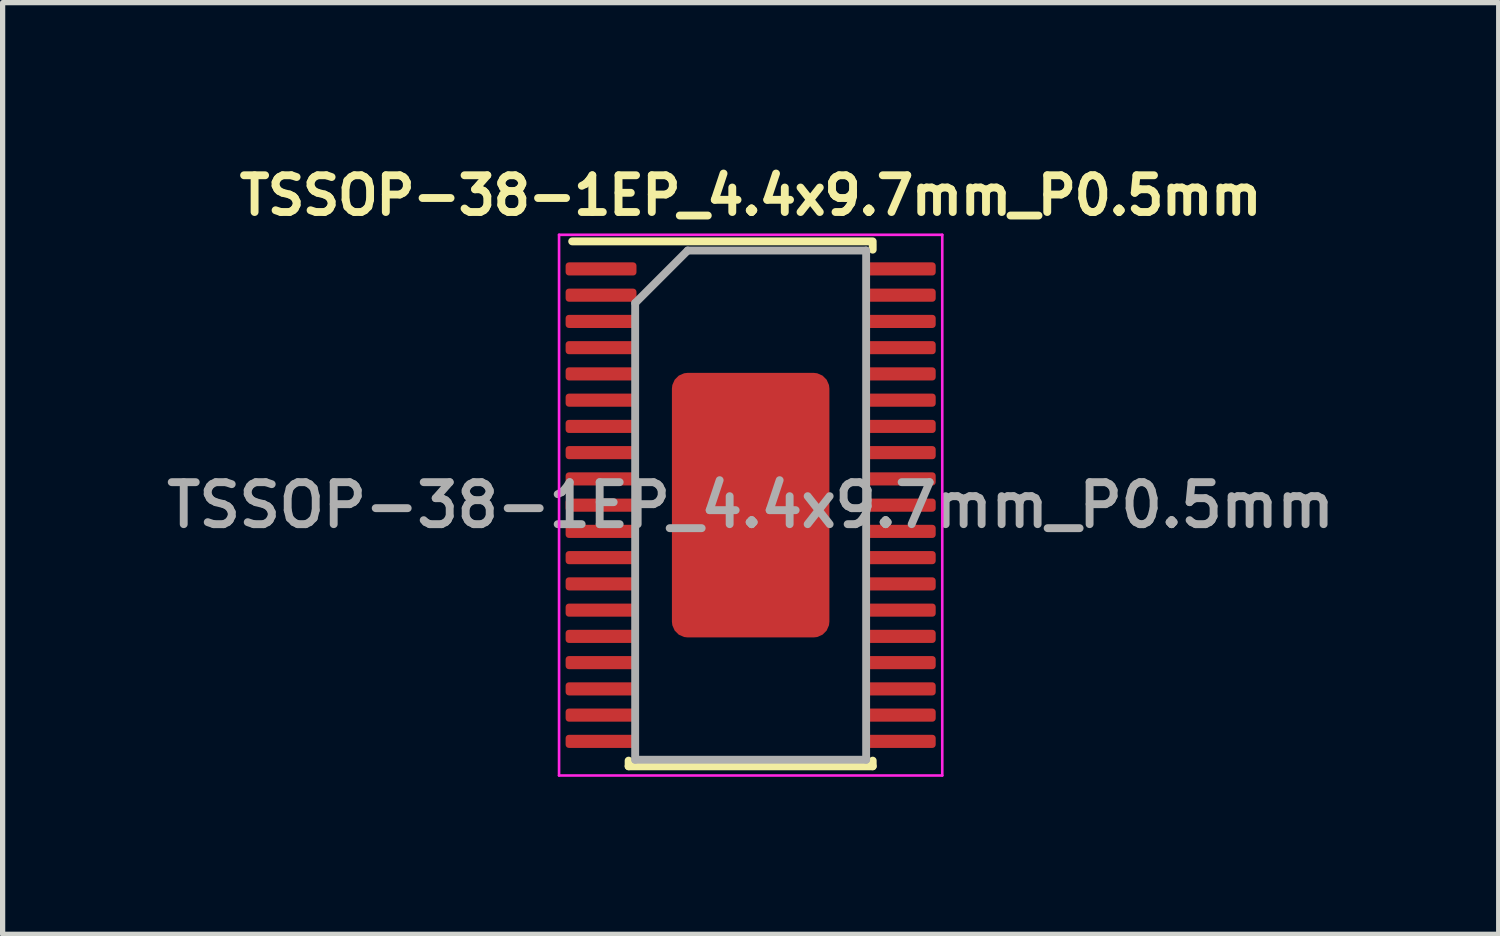
<source format=kicad_pcb>
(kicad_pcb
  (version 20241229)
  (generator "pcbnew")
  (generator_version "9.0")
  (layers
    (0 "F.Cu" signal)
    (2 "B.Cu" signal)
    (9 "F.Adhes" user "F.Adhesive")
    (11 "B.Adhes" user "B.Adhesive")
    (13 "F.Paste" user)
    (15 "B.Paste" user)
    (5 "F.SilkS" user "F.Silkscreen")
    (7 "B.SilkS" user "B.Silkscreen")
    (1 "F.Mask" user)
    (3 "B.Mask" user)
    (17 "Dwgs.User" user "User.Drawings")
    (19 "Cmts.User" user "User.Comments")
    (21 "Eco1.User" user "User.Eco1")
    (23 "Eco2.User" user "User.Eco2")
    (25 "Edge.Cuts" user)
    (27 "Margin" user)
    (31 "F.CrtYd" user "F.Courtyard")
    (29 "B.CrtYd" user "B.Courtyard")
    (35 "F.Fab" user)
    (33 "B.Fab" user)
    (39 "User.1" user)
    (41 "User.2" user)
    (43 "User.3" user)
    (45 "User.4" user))
  (footprint "TSSOP-38-1EP_4.4x9.7mm_P0.5mm"
    (layer "F.Cu")
    (at 11.25 6.573)
    (property "Reference" "TSSOP-38-1EP_4.4x9.7mm_P0.5mm" (at 0 -5.9 0) (layer "F.SilkS") (effects (font (size 0.7 0.7) (thickness 0.15))))
    (attr smd)
    (fp_line (start -3.4 -5.025) (end 2.325 -5.025) (stroke (width 0.15) (type solid)) (layer "F.SilkS"))
    (fp_line (start -2.325 4.975) (end -2.325 4.867) (stroke (width 0.15) (type solid)) (layer "F.SilkS"))
    (fp_line (start -2.325 4.975) (end 2.325 4.975) (stroke (width 0.15) (type solid)) (layer "F.SilkS"))
    (fp_line (start 2.325 -4.975) (end 2.325 -4.867) (stroke (width 0.15) (type solid)) (layer "F.SilkS"))
    (fp_line (start 2.325 4.975) (end 2.325 4.867) (stroke (width 0.15) (type solid)) (layer "F.SilkS"))
    (fp_poly (pts (xy -1.3 -1.2) (xy -0.9 -1.2) (xy -0.9 -1.9) (xy -1.3 -1.9)) (stroke (width 0.15) (type solid)) (fill yes) (layer "F.Paste"))
    (fp_poly (pts (xy -1.3 -0.2) (xy -0.9 -0.2) (xy -0.9 -0.9) (xy -1.3 -0.9)) (stroke (width 0.15) (type solid)) (fill yes) (layer "F.Paste"))
    (fp_poly (pts (xy -1.3 0.9) (xy -0.9 0.9) (xy -0.9 0.2) (xy -1.3 0.2)) (stroke (width 0.15) (type solid)) (fill yes) (layer "F.Paste"))
    (fp_poly (pts (xy -1.3 1.9) (xy -0.9 1.9) (xy -0.9 1.2) (xy -1.3 1.2)) (stroke (width 0.15) (type solid)) (fill yes) (layer "F.Paste"))
    (fp_poly (pts (xy -0.6 -1.2) (xy -0.2 -1.2) (xy -0.2 -1.9) (xy -0.6 -1.9)) (stroke (width 0.15) (type solid)) (fill yes) (layer "F.Paste"))
    (fp_poly (pts (xy -0.6 -0.2) (xy -0.2 -0.2) (xy -0.2 -0.9) (xy -0.6 -0.9)) (stroke (width 0.15) (type solid)) (fill yes) (layer "F.Paste"))
    (fp_poly (pts (xy -0.6 0.9) (xy -0.2 0.9) (xy -0.2 0.2) (xy -0.6 0.2)) (stroke (width 0.15) (type solid)) (fill yes) (layer "F.Paste"))
    (fp_poly (pts (xy -0.6 1.9) (xy -0.2 1.9) (xy -0.2 1.2) (xy -0.6 1.2)) (stroke (width 0.15) (type solid)) (fill yes) (layer "F.Paste"))
    (fp_poly (pts (xy 0.1 -1.2) (xy 0.5 -1.2) (xy 0.5 -1.9) (xy 0.1 -1.9)) (stroke (width 0.15) (type solid)) (fill yes) (layer "F.Paste"))
    (fp_poly (pts (xy 0.1 -0.2) (xy 0.5 -0.2) (xy 0.5 -0.9) (xy 0.1 -0.9)) (stroke (width 0.15) (type solid)) (fill yes) (layer "F.Paste"))
    (fp_poly (pts (xy 0.1 0.9) (xy 0.5 0.9) (xy 0.5 0.2) (xy 0.1 0.2)) (stroke (width 0.15) (type solid)) (fill yes) (layer "F.Paste"))
    (fp_poly (pts (xy 0.1 1.9) (xy 0.5 1.9) (xy 0.5 1.2) (xy 0.1 1.2)) (stroke (width 0.15) (type solid)) (fill yes) (layer "F.Paste"))
    (fp_poly (pts (xy 0.8 -1.2) (xy 1.2 -1.2) (xy 1.2 -1.9) (xy 0.8 -1.9)) (stroke (width 0.15) (type solid)) (fill yes) (layer "F.Paste"))
    (fp_poly (pts (xy 0.8 -0.2) (xy 1.2 -0.2) (xy 1.2 -0.9) (xy 0.8 -0.9)) (stroke (width 0.15) (type solid)) (fill yes) (layer "F.Paste"))
    (fp_poly (pts (xy 0.8 0.9) (xy 1.2 0.9) (xy 1.2 0.2) (xy 0.8 0.2)) (stroke (width 0.15) (type solid)) (fill yes) (layer "F.Paste"))
    (fp_poly (pts (xy 0.8 1.9) (xy 1.2 1.9) (xy 1.2 1.2) (xy 0.8 1.2)) (stroke (width 0.15) (type solid)) (fill yes) (layer "F.Paste"))
    (fp_line (start -3.65 -5.15) (end -3.65 5.15) (stroke (width 0.05) (type solid)) (layer "F.CrtYd"))
    (fp_line (start -3.65 -5.15) (end 3.65 -5.15) (stroke (width 0.05) (type solid)) (layer "F.CrtYd"))
    (fp_line (start -3.65 5.15) (end 3.65 5.15) (stroke (width 0.05) (type solid)) (layer "F.CrtYd"))
    (fp_line (start 3.65 -5.15) (end 3.65 5.15) (stroke (width 0.05) (type solid)) (layer "F.CrtYd"))
    (fp_line (start -2.2 -3.85) (end -1.2 -4.85) (stroke (width 0.15) (type solid)) (layer "F.Fab"))
    (fp_line (start -2.2 4.85) (end -2.2 -3.85) (stroke (width 0.15) (type solid)) (layer "F.Fab"))
    (fp_line (start -1.2 -4.85) (end 2.2 -4.85) (stroke (width 0.15) (type solid)) (layer "F.Fab"))
    (fp_line (start 2.2 -4.85) (end 2.2 4.85) (stroke (width 0.15) (type solid)) (layer "F.Fab"))
    (fp_line (start 2.2 4.85) (end -2.2 4.85) (stroke (width 0.15) (type solid)) (layer "F.Fab"))
    (fp_text user "${REFERENCE}" (at 0 0 0) (layer "F.Fab") (effects (font (size 0.8 0.8) (thickness 0.15))))
    (pad "1" smd roundrect (at -2.85 -4.5) (size 1.35 0.25) (layers "F.Cu" "F.Mask" "F.Paste") (roundrect_rratio 0.25))
    (pad "2" smd roundrect (at -2.85 -4) (size 1.35 0.25) (layers "F.Cu" "F.Mask" "F.Paste") (roundrect_rratio 0.25))
    (pad "3" smd roundrect (at -2.85 -3.5) (size 1.35 0.25) (layers "F.Cu" "F.Mask" "F.Paste") (roundrect_rratio 0.25))
    (pad "4" smd roundrect (at -2.85 -3) (size 1.35 0.25) (layers "F.Cu" "F.Mask" "F.Paste") (roundrect_rratio 0.25))
    (pad "5" smd roundrect (at -2.85 -2.5) (size 1.35 0.25) (layers "F.Cu" "F.Mask" "F.Paste") (roundrect_rratio 0.25))
    (pad "6" smd roundrect (at -2.85 -2) (size 1.35 0.25) (layers "F.Cu" "F.Mask" "F.Paste") (roundrect_rratio 0.25))
    (pad "7" smd roundrect (at -2.85 -1.5) (size 1.35 0.25) (layers "F.Cu" "F.Mask" "F.Paste") (roundrect_rratio 0.25))
    (pad "8" smd roundrect (at -2.85 -1) (size 1.35 0.25) (layers "F.Cu" "F.Mask" "F.Paste") (roundrect_rratio 0.25))
    (pad "9" smd roundrect (at -2.85 -0.5) (size 1.35 0.25) (layers "F.Cu" "F.Mask" "F.Paste") (roundrect_rratio 0.25))
    (pad "10" smd roundrect (at -2.85 0) (size 1.35 0.25) (layers "F.Cu" "F.Mask" "F.Paste") (roundrect_rratio 0.25))
    (pad "11" smd roundrect (at -2.85 0.5) (size 1.35 0.25) (layers "F.Cu" "F.Mask" "F.Paste") (roundrect_rratio 0.25))
    (pad "12" smd roundrect (at -2.85 1) (size 1.35 0.25) (layers "F.Cu" "F.Mask" "F.Paste") (roundrect_rratio 0.25))
    (pad "13" smd roundrect (at -2.85 1.5) (size 1.35 0.25) (layers "F.Cu" "F.Mask" "F.Paste") (roundrect_rratio 0.25))
    (pad "14" smd roundrect (at -2.85 2) (size 1.35 0.25) (layers "F.Cu" "F.Mask" "F.Paste") (roundrect_rratio 0.25))
    (pad "15" smd roundrect (at -2.85 2.5) (size 1.35 0.25) (layers "F.Cu" "F.Mask" "F.Paste") (roundrect_rratio 0.25))
    (pad "16" smd roundrect (at -2.85 3) (size 1.35 0.25) (layers "F.Cu" "F.Mask" "F.Paste") (roundrect_rratio 0.25))
    (pad "17" smd roundrect (at -2.85 3.5) (size 1.35 0.25) (layers "F.Cu" "F.Mask" "F.Paste") (roundrect_rratio 0.25))
    (pad "18" smd roundrect (at -2.85 4) (size 1.35 0.25) (layers "F.Cu" "F.Mask" "F.Paste") (roundrect_rratio 0.25))
    (pad "19" smd roundrect (at -2.85 4.5) (size 1.35 0.25) (layers "F.Cu" "F.Mask" "F.Paste") (roundrect_rratio 0.25))
    (pad "20" smd roundrect (at 2.85 4.5) (size 1.35 0.25) (layers "F.Cu" "F.Mask" "F.Paste") (roundrect_rratio 0.25))
    (pad "21" smd roundrect (at 2.85 4) (size 1.35 0.25) (layers "F.Cu" "F.Mask" "F.Paste") (roundrect_rratio 0.25))
    (pad "22" smd roundrect (at 2.85 3.5) (size 1.35 0.25) (layers "F.Cu" "F.Mask" "F.Paste") (roundrect_rratio 0.25))
    (pad "23" smd roundrect (at 2.85 3) (size 1.35 0.25) (layers "F.Cu" "F.Mask" "F.Paste") (roundrect_rratio 0.25))
    (pad "24" smd roundrect (at 2.85 2.5) (size 1.35 0.25) (layers "F.Cu" "F.Mask" "F.Paste") (roundrect_rratio 0.25))
    (pad "25" smd roundrect (at 2.85 2) (size 1.35 0.25) (layers "F.Cu" "F.Mask" "F.Paste") (roundrect_rratio 0.25))
    (pad "26" smd roundrect (at 2.85 1.5) (size 1.35 0.25) (layers "F.Cu" "F.Mask" "F.Paste") (roundrect_rratio 0.25))
    (pad "27" smd roundrect (at 2.85 1) (size 1.35 0.25) (layers "F.Cu" "F.Mask" "F.Paste") (roundrect_rratio 0.25))
    (pad "28" smd roundrect (at 2.85 0.5) (size 1.35 0.25) (layers "F.Cu" "F.Mask" "F.Paste") (roundrect_rratio 0.25))
    (pad "29" smd roundrect (at 2.85 0) (size 1.35 0.25) (layers "F.Cu" "F.Mask" "F.Paste") (roundrect_rratio 0.25))
    (pad "30" smd roundrect (at 2.85 -0.5) (size 1.35 0.25) (layers "F.Cu" "F.Mask" "F.Paste") (roundrect_rratio 0.25))
    (pad "31" smd roundrect (at 2.85 -1) (size 1.35 0.25) (layers "F.Cu" "F.Mask" "F.Paste") (roundrect_rratio 0.25))
    (pad "32" smd roundrect (at 2.85 -1.5) (size 1.35 0.25) (layers "F.Cu" "F.Mask" "F.Paste") (roundrect_rratio 0.25))
    (pad "33" smd roundrect (at 2.85 -2) (size 1.35 0.25) (layers "F.Cu" "F.Mask" "F.Paste") (roundrect_rratio 0.25))
    (pad "34" smd roundrect (at 2.85 -2.5) (size 1.35 0.25) (layers "F.Cu" "F.Mask" "F.Paste") (roundrect_rratio 0.25))
    (pad "35" smd roundrect (at 2.85 -3) (size 1.35 0.25) (layers "F.Cu" "F.Mask" "F.Paste") (roundrect_rratio 0.25))
    (pad "36" smd roundrect (at 2.85 -3.5) (size 1.35 0.25) (layers "F.Cu" "F.Mask" "F.Paste") (roundrect_rratio 0.25))
    (pad "37" smd roundrect (at 2.85 -4) (size 1.35 0.25) (layers "F.Cu" "F.Mask" "F.Paste") (roundrect_rratio 0.25))
    (pad "38" smd roundrect (at 2.85 -4.5) (size 1.35 0.25) (layers "F.Cu" "F.Mask" "F.Paste") (roundrect_rratio 0.25))
    (pad "39" smd roundrect (at 0 0) (size 3 5.04) (layers "F.Cu" "F.Mask") (roundrect_rratio 0.1)))
  (gr_rect
    (start -3 -3)
    (end 25.5 14.748)
    (stroke (width 0.1) (type default))
    (fill no)
    (layer "Edge.Cuts")))
</source>
